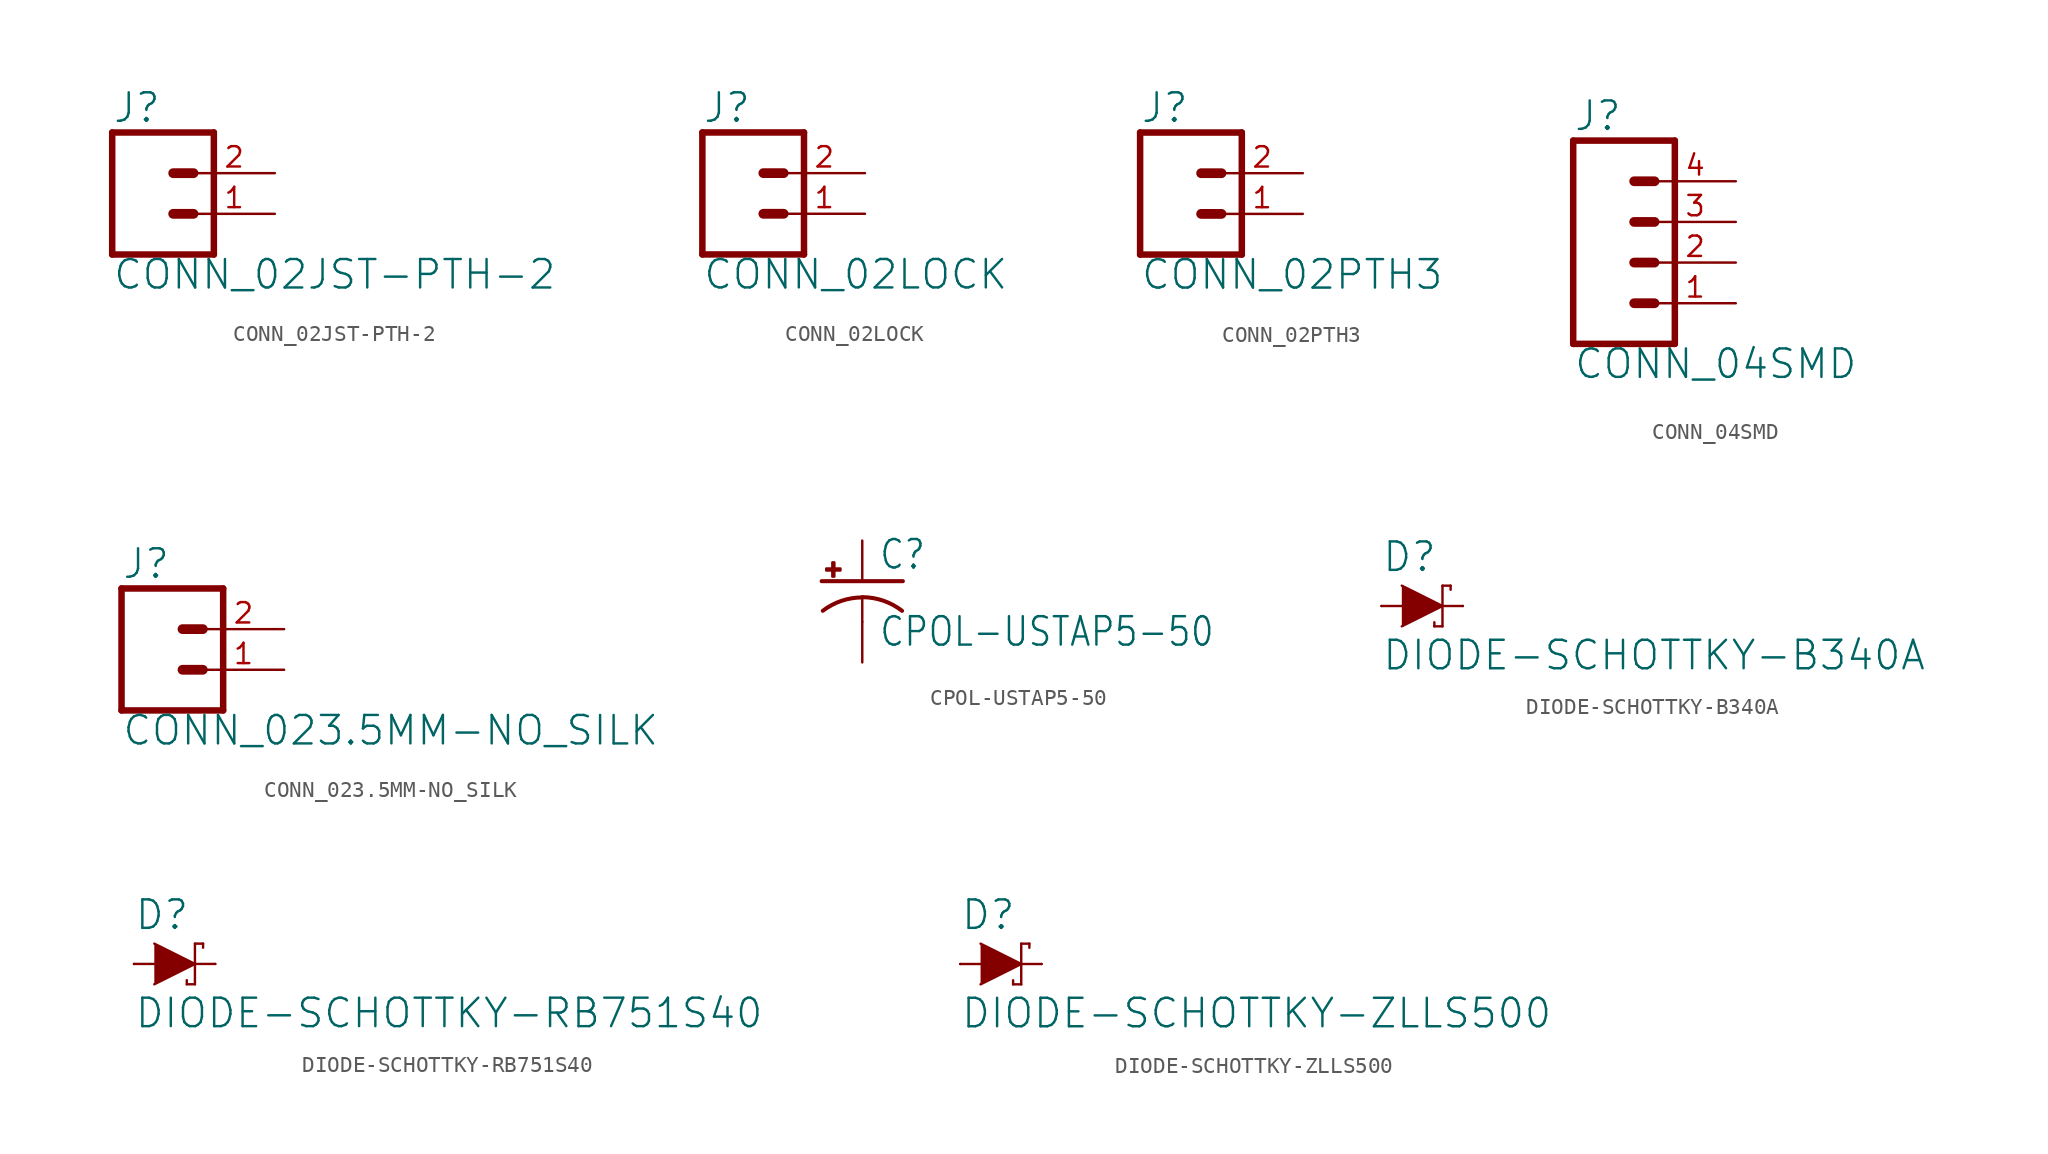
<source format=kicad_sym>
(kicad_symbol_lib
  (version 20220331)
  (generator kicad_symbol_editor)
  (symbol "CONN_02JST-PTH-2"
    (property "Reference" "J"
      (at -2.54 5.588 0)
      (effects (font (size 1.778 1.778)) (justify left bottom)))
    (property "Value" "CONN_02JST-PTH-2"
      (at -2.54 -4.826 0)
      (effects (font (size 1.778 1.778)) (justify left bottom)))
    (property "ki_locked" ""
      (at 0 0 0)
      (effects (font (size 1.27 1.27))))
    (symbol "CONN_02JST-PTH-2_1_0"
      (polyline (pts (xy -2.54 5.08) (xy -2.54 -2.54)) (stroke (width 0.406) (type solid)) (fill (type none)))
      (polyline (pts (xy -2.54 5.08) (xy 3.81 5.08)) (stroke (width 0.406) (type solid)) (fill (type none)))
      (polyline (pts (xy 1.27 0) (xy 2.54 0)) (stroke (width 0.61) (type solid)) (fill (type none)))
      (polyline (pts (xy 1.27 2.54) (xy 2.54 2.54)) (stroke (width 0.61) (type solid)) (fill (type none)))
      (polyline (pts (xy 3.81 -2.54) (xy -2.54 -2.54)) (stroke (width 0.406) (type solid)) (fill (type none)))
      (polyline (pts (xy 3.81 -2.54) (xy 3.81 5.08)) (stroke (width 0.406) (type solid)) (fill (type none)))
      (pin passive line (at 7.62 0 180) (length 5.08) (name "1" (effects (font (size 0 0)))) (number "1" (effects (font (size 1.27 1.27)))))
      (pin passive line (at 7.62 2.54 180) (length 5.08) (name "2" (effects (font (size 0 0)))) (number "2" (effects (font (size 1.27 1.27)))))))
  (symbol "CONN_02LOCK"
    (property "Reference" "J"
      (at -2.54 5.588 0)
      (effects (font (size 1.778 1.778)) (justify left bottom)))
    (property "Value" "CONN_02LOCK"
      (at -2.54 -4.826 0)
      (effects (font (size 1.778 1.778)) (justify left bottom)))
    (property "ki_locked" ""
      (at 0 0 0)
      (effects (font (size 1.27 1.27))))
    (symbol "CONN_02LOCK_1_0"
      (polyline (pts (xy -2.54 5.08) (xy -2.54 -2.54)) (stroke (width 0.406) (type solid)) (fill (type none)))
      (polyline (pts (xy -2.54 5.08) (xy 3.81 5.08)) (stroke (width 0.406) (type solid)) (fill (type none)))
      (polyline (pts (xy 1.27 0) (xy 2.54 0)) (stroke (width 0.61) (type solid)) (fill (type none)))
      (polyline (pts (xy 1.27 2.54) (xy 2.54 2.54)) (stroke (width 0.61) (type solid)) (fill (type none)))
      (polyline (pts (xy 3.81 -2.54) (xy -2.54 -2.54)) (stroke (width 0.406) (type solid)) (fill (type none)))
      (polyline (pts (xy 3.81 -2.54) (xy 3.81 5.08)) (stroke (width 0.406) (type solid)) (fill (type none)))
      (pin passive line (at 7.62 0 180) (length 5.08) (name "1" (effects (font (size 0 0)))) (number "1" (effects (font (size 1.27 1.27)))))
      (pin passive line (at 7.62 2.54 180) (length 5.08) (name "2" (effects (font (size 0 0)))) (number "2" (effects (font (size 1.27 1.27)))))))
  (symbol "CONN_02PTH3"
    (property "Reference" "J"
      (at -2.54 5.588 0)
      (effects (font (size 1.778 1.778)) (justify left bottom)))
    (property "Value" "CONN_02PTH3"
      (at -2.54 -4.826 0)
      (effects (font (size 1.778 1.778)) (justify left bottom)))
    (property "ki_locked" ""
      (at 0 0 0)
      (effects (font (size 1.27 1.27))))
    (symbol "CONN_02PTH3_1_0"
      (polyline (pts (xy -2.54 5.08) (xy -2.54 -2.54)) (stroke (width 0.406) (type solid)) (fill (type none)))
      (polyline (pts (xy -2.54 5.08) (xy 3.81 5.08)) (stroke (width 0.406) (type solid)) (fill (type none)))
      (polyline (pts (xy 1.27 0) (xy 2.54 0)) (stroke (width 0.61) (type solid)) (fill (type none)))
      (polyline (pts (xy 1.27 2.54) (xy 2.54 2.54)) (stroke (width 0.61) (type solid)) (fill (type none)))
      (polyline (pts (xy 3.81 -2.54) (xy -2.54 -2.54)) (stroke (width 0.406) (type solid)) (fill (type none)))
      (polyline (pts (xy 3.81 -2.54) (xy 3.81 5.08)) (stroke (width 0.406) (type solid)) (fill (type none)))
      (pin passive line (at 7.62 0 180) (length 5.08) (name "1" (effects (font (size 0 0)))) (number "1" (effects (font (size 1.27 1.27)))))
      (pin passive line (at 7.62 2.54 180) (length 5.08) (name "2" (effects (font (size 0 0)))) (number "2" (effects (font (size 1.27 1.27)))))))
  (symbol "CONN_04SMD"
    (property "Reference" "J"
      (at -5.08 8.128 0)
      (effects (font (size 1.778 1.778)) (justify left bottom)))
    (property "Value" "CONN_04SMD"
      (at -5.08 -7.366 0)
      (effects (font (size 1.778 1.778)) (justify left bottom)))
    (property "ki_locked" ""
      (at 0 0 0)
      (effects (font (size 1.27 1.27))))
    (symbol "CONN_04SMD_1_0"
      (polyline (pts (xy -5.08 7.62) (xy -5.08 -5.08)) (stroke (width 0.406) (type solid)) (fill (type none)))
      (polyline (pts (xy -5.08 7.62) (xy 1.27 7.62)) (stroke (width 0.406) (type solid)) (fill (type none)))
      (polyline (pts (xy -1.27 -2.54) (xy 0 -2.54)) (stroke (width 0.61) (type solid)) (fill (type none)))
      (polyline (pts (xy -1.27 0) (xy 0 0)) (stroke (width 0.61) (type solid)) (fill (type none)))
      (polyline (pts (xy -1.27 2.54) (xy 0 2.54)) (stroke (width 0.61) (type solid)) (fill (type none)))
      (polyline (pts (xy -1.27 5.08) (xy 0 5.08)) (stroke (width 0.61) (type solid)) (fill (type none)))
      (polyline (pts (xy 1.27 -5.08) (xy -5.08 -5.08)) (stroke (width 0.406) (type solid)) (fill (type none)))
      (polyline (pts (xy 1.27 -5.08) (xy 1.27 7.62)) (stroke (width 0.406) (type solid)) (fill (type none)))
      (pin passive line (at 5.08 -2.54 180) (length 5.08) (name "1" (effects (font (size 0 0)))) (number "1" (effects (font (size 1.27 1.27)))))
      (pin passive line (at 5.08 0 180) (length 5.08) (name "2" (effects (font (size 0 0)))) (number "2" (effects (font (size 1.27 1.27)))))
      (pin passive line (at 5.08 2.54 180) (length 5.08) (name "3" (effects (font (size 0 0)))) (number "3" (effects (font (size 1.27 1.27)))))
      (pin passive line (at 5.08 5.08 180) (length 5.08) (name "4" (effects (font (size 0 0)))) (number "4" (effects (font (size 1.27 1.27)))))))
  (symbol "CONN_023.5MM-NO_SILK"
    (property "Reference" "J"
      (at -2.54 5.588 0)
      (effects (font (size 1.778 1.778)) (justify left bottom)))
    (property "Value" "CONN_023.5MM-NO_SILK"
      (at -2.54 -4.826 0)
      (effects (font (size 1.778 1.778)) (justify left bottom)))
    (property "ki_locked" ""
      (at 0 0 0)
      (effects (font (size 1.27 1.27))))
    (symbol "CONN_023.5MM-NO_SILK_1_0"
      (polyline (pts (xy -2.54 5.08) (xy -2.54 -2.54)) (stroke (width 0.406) (type solid)) (fill (type none)))
      (polyline (pts (xy -2.54 5.08) (xy 3.81 5.08)) (stroke (width 0.406) (type solid)) (fill (type none)))
      (polyline (pts (xy 1.27 0) (xy 2.54 0)) (stroke (width 0.61) (type solid)) (fill (type none)))
      (polyline (pts (xy 1.27 2.54) (xy 2.54 2.54)) (stroke (width 0.61) (type solid)) (fill (type none)))
      (polyline (pts (xy 3.81 -2.54) (xy -2.54 -2.54)) (stroke (width 0.406) (type solid)) (fill (type none)))
      (polyline (pts (xy 3.81 -2.54) (xy 3.81 5.08)) (stroke (width 0.406) (type solid)) (fill (type none)))
      (pin passive line (at 7.62 0 180) (length 5.08) (name "1" (effects (font (size 0 0)))) (number "1" (effects (font (size 1.27 1.27)))))
      (pin passive line (at 7.62 2.54 180) (length 5.08) (name "2" (effects (font (size 0 0)))) (number "2" (effects (font (size 1.27 1.27)))))))
  (symbol "CPOL-USTAP5-50"
    (property "Reference" "C"
      (at 1.016 0.635 0)
      (effects (font (size 1.778 1.511)) (justify left bottom)))
    (property "Value" "CPOL-USTAP5-50"
      (at 1.016 -4.191 0)
      (effects (font (size 1.778 1.511)) (justify left bottom)))
    (property "ki_locked" ""
      (at 0 0 0)
      (effects (font (size 1.27 1.27))))
    (symbol "CPOL-USTAP5-50_1_0"
      (rectangle (start -2.253 0.668) (end -1.364 0.795) (stroke (width 0) (type default)) (fill (type outline)))
      (rectangle (start -1.872 0.287) (end -1.745 1.176) (stroke (width 0) (type default)) (fill (type outline)))
      (arc (start 0 -1.0161) (mid -1.3021 -1.2302) (end -2.4669 -1.8504) (stroke (width 0.254) (type solid)) (fill (type none)))
      (polyline (pts (xy -2.54 0) (xy 2.54 0)) (stroke (width 0.254) (type solid)) (fill (type none)))
      (polyline (pts (xy 0 -1.016) (xy 0 -2.54)) (stroke (width 0.152) (type solid)) (fill (type none)))
      (arc (start 2.4892 -1.8542) (mid 1.3158 -1.2195) (end 0 -1) (stroke (width 0.254) (type solid)) (fill (type none)))
      (pin passive line (at 0 2.54 270) (length 2.54) (name "+" (effects (font (size 0 0)))) (number "+" (effects (font (size 0 0)))))
      (pin passive line (at 0 -5.08 90) (length 2.54) (name "-" (effects (font (size 0 0)))) (number "-" (effects (font (size 0 0)))))))
  (symbol "DIODE-SCHOTTKY-B340A"
    (property "Reference" "D"
      (at -2.54 2.032 0)
      (effects (font (size 1.778 1.778)) (justify left bottom)))
    (property "Value" "DIODE-SCHOTTKY-B340A"
      (at -2.54 -2.032 0)
      (effects (font (size 1.778 1.778)) (justify left top)))
    (property "ki_locked" ""
      (at 0 0 0)
      (effects (font (size 1.27 1.27))))
    (symbol "DIODE-SCHOTTKY-B340A_1_0"
      (polyline (pts (xy -2.54 0) (xy -1.27 0)) (stroke (width 0.152) (type solid)) (fill (type none)))
      (polyline (pts (xy 0.762 -1.27) (xy 0.762 -1.016)) (stroke (width 0.152) (type solid)) (fill (type none)))
      (polyline (pts (xy 1.27 -1.27) (xy 0.762 -1.27)) (stroke (width 0.152) (type solid)) (fill (type none)))
      (polyline (pts (xy 1.27 0) (xy 1.27 -1.27)) (stroke (width 0.152) (type solid)) (fill (type none)))
      (polyline (pts (xy 1.27 1.27) (xy 1.27 0)) (stroke (width 0.152) (type solid)) (fill (type none)))
      (polyline (pts (xy 1.27 1.27) (xy 1.778 1.27)) (stroke (width 0.152) (type solid)) (fill (type none)))
      (polyline (pts (xy 1.778 1.27) (xy 1.778 1.016)) (stroke (width 0.152) (type solid)) (fill (type none)))
      (polyline (pts (xy 2.54 0) (xy 1.27 0)) (stroke (width 0.152) (type solid)) (fill (type none)))
      (polyline (pts (xy -1.27 1.27) (xy 1.27 0) (xy -1.27 -1.27)) (stroke (width 0) (type default)) (fill (type outline)))
      (pin passive line (at -2.54 0 0) (length 0) (name "A" (effects (font (size 0 0)))) (number "A" (effects (font (size 0 0)))))
      (pin passive line (at 2.54 0 180) (length 0) (name "C" (effects (font (size 0 0)))) (number "C" (effects (font (size 0 0)))))))
  (symbol "DIODE-SCHOTTKY-RB751S40"
    (property "Reference" "D"
      (at -2.54 2.032 0)
      (effects (font (size 1.778 1.778)) (justify left bottom)))
    (property "Value" "DIODE-SCHOTTKY-RB751S40"
      (at -2.54 -2.032 0)
      (effects (font (size 1.778 1.778)) (justify left top)))
    (property "ki_locked" ""
      (at 0 0 0)
      (effects (font (size 1.27 1.27))))
    (symbol "DIODE-SCHOTTKY-RB751S40_1_0"
      (polyline (pts (xy -2.54 0) (xy -1.27 0)) (stroke (width 0.152) (type solid)) (fill (type none)))
      (polyline (pts (xy 0.762 -1.27) (xy 0.762 -1.016)) (stroke (width 0.152) (type solid)) (fill (type none)))
      (polyline (pts (xy 1.27 -1.27) (xy 0.762 -1.27)) (stroke (width 0.152) (type solid)) (fill (type none)))
      (polyline (pts (xy 1.27 0) (xy 1.27 -1.27)) (stroke (width 0.152) (type solid)) (fill (type none)))
      (polyline (pts (xy 1.27 1.27) (xy 1.27 0)) (stroke (width 0.152) (type solid)) (fill (type none)))
      (polyline (pts (xy 1.27 1.27) (xy 1.778 1.27)) (stroke (width 0.152) (type solid)) (fill (type none)))
      (polyline (pts (xy 1.778 1.27) (xy 1.778 1.016)) (stroke (width 0.152) (type solid)) (fill (type none)))
      (polyline (pts (xy 2.54 0) (xy 1.27 0)) (stroke (width 0.152) (type solid)) (fill (type none)))
      (polyline (pts (xy -1.27 1.27) (xy 1.27 0) (xy -1.27 -1.27)) (stroke (width 0) (type default)) (fill (type outline)))
      (pin passive line (at -2.54 0 0) (length 0) (name "A" (effects (font (size 0 0)))) (number "A" (effects (font (size 0 0)))))
      (pin passive line (at 2.54 0 180) (length 0) (name "C" (effects (font (size 0 0)))) (number "C" (effects (font (size 0 0)))))))
  (symbol "DIODE-SCHOTTKY-ZLLS500"
    (property "Reference" "D"
      (at -2.54 2.032 0)
      (effects (font (size 1.778 1.778)) (justify left bottom)))
    (property "Value" "DIODE-SCHOTTKY-ZLLS500"
      (at -2.54 -2.032 0)
      (effects (font (size 1.778 1.778)) (justify left top)))
    (property "ki_locked" ""
      (at 0 0 0)
      (effects (font (size 1.27 1.27))))
    (symbol "DIODE-SCHOTTKY-ZLLS500_1_0"
      (polyline (pts (xy -2.54 0) (xy -1.27 0)) (stroke (width 0.152) (type solid)) (fill (type none)))
      (polyline (pts (xy 0.762 -1.27) (xy 0.762 -1.016)) (stroke (width 0.152) (type solid)) (fill (type none)))
      (polyline (pts (xy 1.27 -1.27) (xy 0.762 -1.27)) (stroke (width 0.152) (type solid)) (fill (type none)))
      (polyline (pts (xy 1.27 0) (xy 1.27 -1.27)) (stroke (width 0.152) (type solid)) (fill (type none)))
      (polyline (pts (xy 1.27 1.27) (xy 1.27 0)) (stroke (width 0.152) (type solid)) (fill (type none)))
      (polyline (pts (xy 1.27 1.27) (xy 1.778 1.27)) (stroke (width 0.152) (type solid)) (fill (type none)))
      (polyline (pts (xy 1.778 1.27) (xy 1.778 1.016)) (stroke (width 0.152) (type solid)) (fill (type none)))
      (polyline (pts (xy 2.54 0) (xy 1.27 0)) (stroke (width 0.152) (type solid)) (fill (type none)))
      (polyline (pts (xy -1.27 1.27) (xy 1.27 0) (xy -1.27 -1.27)) (stroke (width 0) (type default)) (fill (type outline)))
      (pin passive line (at -2.54 0 0) (length 0) (name "A" (effects (font (size 0 0)))) (number "1" (effects (font (size 0 0)))))
      (pin passive line (at 2.54 0 180) (length 0) (name "C" (effects (font (size 0 0)))) (number "3" (effects (font (size 0 0))))))))
</source>
